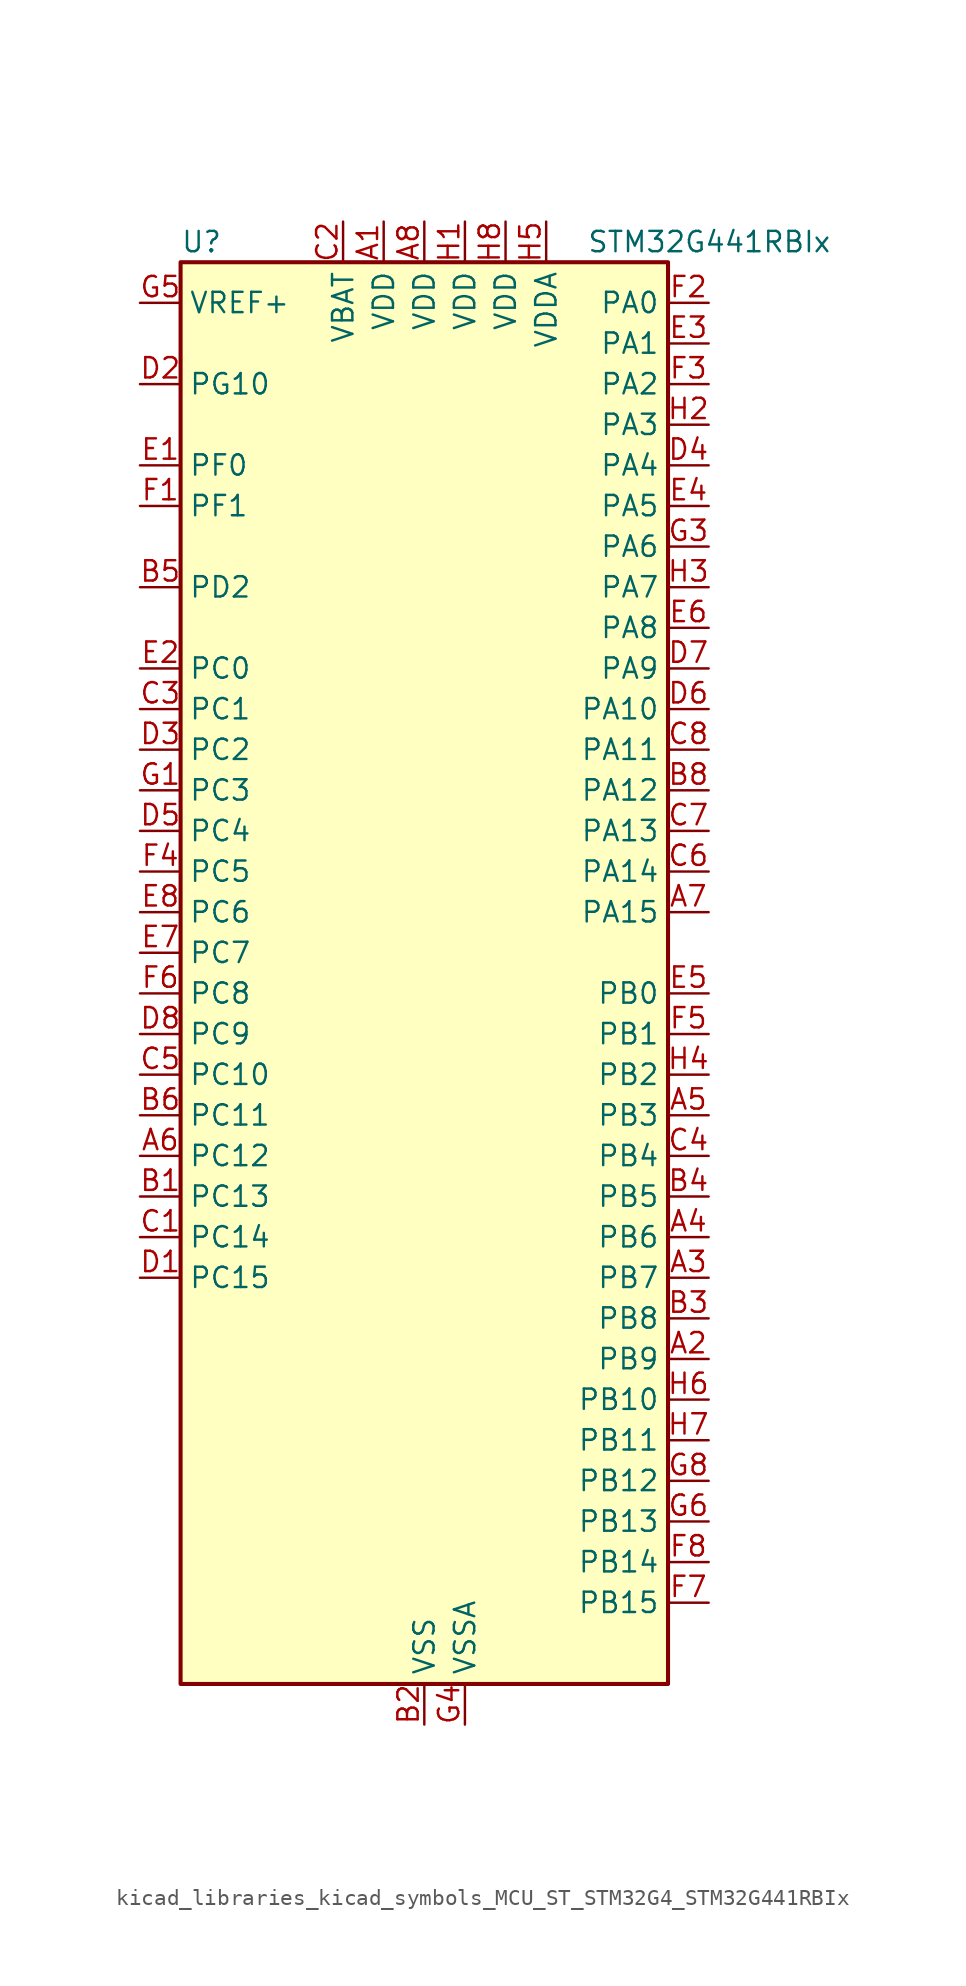
<source format=kicad_sym>
(kicad_symbol_lib
  (version 20220914)
  (generator kicad_symbol_editor)
  (symbol "kicad_libraries_kicad_symbols_MCU_ST_STM32G4_STM32G441RBIx"
    (property "Reference" "U"
      (at -15.24 46.99 0)
      (effects (font (size 1.27 1.27)) (justify left)))
    (property "Value" "STM32G441RBIx"
      (at 10.16 46.99 0)
      (effects (font (size 1.27 1.27)) (justify left)))
    (property "ki_locked" ""
      (at 0 0 0)
      (effects (font (size 1.27 1.27))))
    (symbol "kicad_libraries_kicad_symbols_MCU_ST_STM32G4_STM32G441RBIx_0_1"
      (rectangle (start -15.24 -43.18) (end 15.24 45.72) (stroke (width 0.254) (type default)) (fill (type background))))
    (symbol "kicad_libraries_kicad_symbols_MCU_ST_STM32G4_STM32G441RBIx_1_1"
      (pin power_in line (at -2.54 48.26 270) (length 2.54) (name "VDD" (effects (font (size 1.27 1.27)))) (number "A1" (effects (font (size 1.27 1.27)))))
      (pin bidirectional line (at 17.78 -22.86 180) (length 2.54) (name "PB9" (effects (font (size 1.27 1.27)))) (number "A2" (effects (font (size 1.27 1.27)))) (alternate "COMP2_OUT" bidirectional line) (alternate "DAC1_EXTI9" bidirectional line) (alternate "DAC3_EXTI9" bidirectional line) (alternate "FDCAN1_TX" bidirectional line) (alternate "I2C1_SDA" bidirectional line) (alternate "IR_OUT" bidirectional line) (alternate "SAI1_D2" bidirectional line) (alternate "SAI1_FS_A" bidirectional line) (alternate "TIM17_CH1" bidirectional line) (alternate "TIM1_CH3N" bidirectional line) (alternate "TIM4_CH4" bidirectional line) (alternate "TIM8_CH3" bidirectional line) (alternate "USART3_TX" bidirectional line))
      (pin bidirectional line (at 17.78 -17.78 180) (length 2.54) (name "PB7" (effects (font (size 1.27 1.27)))) (number "A3" (effects (font (size 1.27 1.27)))) (alternate "COMP3_OUT" bidirectional line) (alternate "I2C1_SDA" bidirectional line) (alternate "LPTIM1_IN2" bidirectional line) (alternate "SYS_PVD_IN" bidirectional line) (alternate "TIM17_CH1N" bidirectional line) (alternate "TIM3_CH4" bidirectional line) (alternate "TIM4_CH2" bidirectional line) (alternate "TIM8_BKIN" bidirectional line) (alternate "UART4_CTS" bidirectional line) (alternate "USART1_RX" bidirectional line))
      (pin bidirectional line (at 17.78 -15.24 180) (length 2.54) (name "PB6" (effects (font (size 1.27 1.27)))) (number "A4" (effects (font (size 1.27 1.27)))) (alternate "COMP4_OUT" bidirectional line) (alternate "LPTIM1_ETR" bidirectional line) (alternate "SAI1_FS_B" bidirectional line) (alternate "TIM16_CH1N" bidirectional line) (alternate "TIM4_CH1" bidirectional line) (alternate "TIM8_BKIN2" bidirectional line) (alternate "TIM8_CH1" bidirectional line) (alternate "TIM8_ETR" bidirectional line) (alternate "UCPD1_CC1" bidirectional line) (alternate "USART1_TX" bidirectional line))
      (pin bidirectional line (at 17.78 -7.62 180) (length 2.54) (name "PB3" (effects (font (size 1.27 1.27)))) (number "A5" (effects (font (size 1.27 1.27)))) (alternate "CRS_SYNC" bidirectional line) (alternate "I2S3_CK" bidirectional line) (alternate "SAI1_SCK_B" bidirectional line) (alternate "SPI1_SCK" bidirectional line) (alternate "SPI3_SCK" bidirectional line) (alternate "SYS_JTDO-SWO" bidirectional line) (alternate "TIM2_CH2" bidirectional line) (alternate "TIM3_ETR" bidirectional line) (alternate "TIM4_ETR" bidirectional line) (alternate "TIM8_CH1N" bidirectional line) (alternate "USART2_TX" bidirectional line))
      (pin bidirectional line (at -17.78 -10.16 0) (length 2.54) (name "PC12" (effects (font (size 1.27 1.27)))) (number "A6" (effects (font (size 1.27 1.27)))) (alternate "I2S3_SD" bidirectional line) (alternate "SPI3_MOSI" bidirectional line) (alternate "TIM8_CH3N" bidirectional line) (alternate "UCPD1_FRSTX1" bidirectional line) (alternate "UCPD1_FRSTX2" bidirectional line) (alternate "USART3_CK" bidirectional line))
      (pin bidirectional line (at 17.78 5.08 180) (length 2.54) (name "PA15" (effects (font (size 1.27 1.27)))) (number "A7" (effects (font (size 1.27 1.27)))) (alternate "ADC1_EXTI15" bidirectional line) (alternate "ADC2_EXTI15" bidirectional line) (alternate "I2C1_SCL" bidirectional line) (alternate "I2S3_WS" bidirectional line) (alternate "SPI1_NSS" bidirectional line) (alternate "SPI3_NSS" bidirectional line) (alternate "SYS_JTDI" bidirectional line) (alternate "TIM1_BKIN" bidirectional line) (alternate "TIM2_CH1" bidirectional line) (alternate "TIM2_ETR" bidirectional line) (alternate "TIM8_CH1" bidirectional line) (alternate "UART4_DE" bidirectional line) (alternate "UART4_RTS" bidirectional line) (alternate "USART2_RX" bidirectional line))
      (pin power_in line (at 0 48.26 270) (length 2.54) (name "VDD" (effects (font (size 1.27 1.27)))) (number "A8" (effects (font (size 1.27 1.27)))))
      (pin bidirectional line (at -17.78 -12.7 0) (length 2.54) (name "PC13" (effects (font (size 1.27 1.27)))) (number "B1" (effects (font (size 1.27 1.27)))) (alternate "RTC_OUT1" bidirectional line) (alternate "RTC_TAMP1" bidirectional line) (alternate "RTC_TS" bidirectional line) (alternate "SYS_WKUP2" bidirectional line) (alternate "TIM1_BKIN" bidirectional line) (alternate "TIM1_CH1N" bidirectional line) (alternate "TIM8_CH4N" bidirectional line))
      (pin power_in line (at 0 -45.72 90) (length 2.54) (name "VSS" (effects (font (size 1.27 1.27)))) (number "B2" (effects (font (size 1.27 1.27)))))
      (pin bidirectional line (at 17.78 -20.32 180) (length 2.54) (name "PB8" (effects (font (size 1.27 1.27)))) (number "B3" (effects (font (size 1.27 1.27)))) (alternate "COMP1_OUT" bidirectional line) (alternate "FDCAN1_RX" bidirectional line) (alternate "I2C1_SCL" bidirectional line) (alternate "SAI1_CK1" bidirectional line) (alternate "SAI1_MCLK_A" bidirectional line) (alternate "TIM16_CH1" bidirectional line) (alternate "TIM1_BKIN" bidirectional line) (alternate "TIM4_CH3" bidirectional line) (alternate "TIM8_CH2" bidirectional line) (alternate "USART3_RX" bidirectional line))
      (pin bidirectional line (at 17.78 -12.7 180) (length 2.54) (name "PB5" (effects (font (size 1.27 1.27)))) (number "B4" (effects (font (size 1.27 1.27)))) (alternate "I2C1_SMBA" bidirectional line) (alternate "I2C3_SDA" bidirectional line) (alternate "I2S3_SD" bidirectional line) (alternate "LPTIM1_IN1" bidirectional line) (alternate "SAI1_SD_B" bidirectional line) (alternate "SPI1_MOSI" bidirectional line) (alternate "SPI3_MOSI" bidirectional line) (alternate "TIM16_BKIN" bidirectional line) (alternate "TIM17_CH1" bidirectional line) (alternate "TIM3_CH2" bidirectional line) (alternate "TIM8_CH3N" bidirectional line) (alternate "USART2_CK" bidirectional line))
      (pin bidirectional line (at -17.78 25.4 0) (length 2.54) (name "PD2" (effects (font (size 1.27 1.27)))) (number "B5" (effects (font (size 1.27 1.27)))) (alternate "TIM3_ETR" bidirectional line) (alternate "TIM8_BKIN" bidirectional line))
      (pin bidirectional line (at -17.78 -7.62 0) (length 2.54) (name "PC11" (effects (font (size 1.27 1.27)))) (number "B6" (effects (font (size 1.27 1.27)))) (alternate "ADC1_EXTI11" bidirectional line) (alternate "ADC2_EXTI11" bidirectional line) (alternate "I2C3_SDA" bidirectional line) (alternate "SPI3_MISO" bidirectional line) (alternate "TIM8_CH2N" bidirectional line) (alternate "UART4_RX" bidirectional line) (alternate "USART3_RX" bidirectional line))
      (pin passive line (at 0 -45.72 90) (length 2.54) hide (name "VSS" (effects (font (size 1.27 1.27)))) (number "B7" (effects (font (size 1.27 1.27)))))
      (pin bidirectional line (at 17.78 12.7 180) (length 2.54) (name "PA12" (effects (font (size 1.27 1.27)))) (number "B8" (effects (font (size 1.27 1.27)))) (alternate "COMP2_OUT" bidirectional line) (alternate "FDCAN1_TX" bidirectional line) (alternate "I2S_CKIN" bidirectional line) (alternate "TIM16_CH1" bidirectional line) (alternate "TIM1_CH2N" bidirectional line) (alternate "TIM1_ETR" bidirectional line) (alternate "TIM4_CH2" bidirectional line) (alternate "USART1_DE" bidirectional line) (alternate "USART1_RTS" bidirectional line) (alternate "USB_DP" bidirectional line))
      (pin bidirectional line (at -17.78 -15.24 0) (length 2.54) (name "PC14" (effects (font (size 1.27 1.27)))) (number "C1" (effects (font (size 1.27 1.27)))) (alternate "RCC_OSC32_IN" bidirectional line))
      (pin power_in line (at -5.08 48.26 270) (length 2.54) (name "VBAT" (effects (font (size 1.27 1.27)))) (number "C2" (effects (font (size 1.27 1.27)))))
      (pin bidirectional line (at -17.78 17.78 0) (length 2.54) (name "PC1" (effects (font (size 1.27 1.27)))) (number "C3" (effects (font (size 1.27 1.27)))) (alternate "ADC1_IN7" bidirectional line) (alternate "ADC2_IN7" bidirectional line) (alternate "COMP3_INP" bidirectional line) (alternate "LPTIM1_OUT" bidirectional line) (alternate "LPUART1_TX" bidirectional line) (alternate "SAI1_SD_A" bidirectional line) (alternate "TIM1_CH2" bidirectional line))
      (pin bidirectional line (at 17.78 -10.16 180) (length 2.54) (name "PB4" (effects (font (size 1.27 1.27)))) (number "C4" (effects (font (size 1.27 1.27)))) (alternate "SAI1_MCLK_B" bidirectional line) (alternate "SPI1_MISO" bidirectional line) (alternate "SPI3_MISO" bidirectional line) (alternate "SYS_JTRST" bidirectional line) (alternate "TIM16_CH1" bidirectional line) (alternate "TIM17_BKIN" bidirectional line) (alternate "TIM3_CH1" bidirectional line) (alternate "TIM8_CH2N" bidirectional line) (alternate "UCPD1_CC2" bidirectional line) (alternate "USART2_RX" bidirectional line))
      (pin bidirectional line (at -17.78 -5.08 0) (length 2.54) (name "PC10" (effects (font (size 1.27 1.27)))) (number "C5" (effects (font (size 1.27 1.27)))) (alternate "DAC1_EXTI10" bidirectional line) (alternate "DAC3_EXTI10" bidirectional line) (alternate "I2S3_CK" bidirectional line) (alternate "SPI3_SCK" bidirectional line) (alternate "TIM8_CH1N" bidirectional line) (alternate "UART4_TX" bidirectional line) (alternate "USART3_TX" bidirectional line))
      (pin bidirectional line (at 17.78 7.62 180) (length 2.54) (name "PA14" (effects (font (size 1.27 1.27)))) (number "C6" (effects (font (size 1.27 1.27)))) (alternate "I2C1_SDA" bidirectional line) (alternate "LPTIM1_OUT" bidirectional line) (alternate "SAI1_FS_B" bidirectional line) (alternate "SYS_JTCK-SWCLK" bidirectional line) (alternate "TIM1_BKIN" bidirectional line) (alternate "TIM8_CH2" bidirectional line) (alternate "USART2_TX" bidirectional line))
      (pin bidirectional line (at 17.78 10.16 180) (length 2.54) (name "PA13" (effects (font (size 1.27 1.27)))) (number "C7" (effects (font (size 1.27 1.27)))) (alternate "I2C1_SCL" bidirectional line) (alternate "IR_OUT" bidirectional line) (alternate "SAI1_SD_B" bidirectional line) (alternate "SYS_JTMS-SWDIO" bidirectional line) (alternate "TIM16_CH1N" bidirectional line) (alternate "TIM4_CH3" bidirectional line) (alternate "USART3_CTS" bidirectional line) (alternate "USART3_NSS" bidirectional line))
      (pin bidirectional line (at 17.78 15.24 180) (length 2.54) (name "PA11" (effects (font (size 1.27 1.27)))) (number "C8" (effects (font (size 1.27 1.27)))) (alternate "ADC1_EXTI11" bidirectional line) (alternate "ADC2_EXTI11" bidirectional line) (alternate "COMP1_OUT" bidirectional line) (alternate "FDCAN1_RX" bidirectional line) (alternate "I2S2_SD" bidirectional line) (alternate "SPI2_MOSI" bidirectional line) (alternate "TIM1_BKIN2" bidirectional line) (alternate "TIM1_CH1N" bidirectional line) (alternate "TIM1_CH4" bidirectional line) (alternate "TIM4_CH1" bidirectional line) (alternate "USART1_CTS" bidirectional line) (alternate "USART1_NSS" bidirectional line) (alternate "USB_DM" bidirectional line))
      (pin bidirectional line (at -17.78 -17.78 0) (length 2.54) (name "PC15" (effects (font (size 1.27 1.27)))) (number "D1" (effects (font (size 1.27 1.27)))) (alternate "ADC1_EXTI15" bidirectional line) (alternate "ADC2_EXTI15" bidirectional line) (alternate "RCC_OSC32_OUT" bidirectional line))
      (pin bidirectional line (at -17.78 38.1 0) (length 2.54) (name "PG10" (effects (font (size 1.27 1.27)))) (number "D2" (effects (font (size 1.27 1.27)))) (alternate "DAC1_EXTI10" bidirectional line) (alternate "DAC3_EXTI10" bidirectional line) (alternate "RCC_MCO" bidirectional line))
      (pin bidirectional line (at -17.78 15.24 0) (length 2.54) (name "PC2" (effects (font (size 1.27 1.27)))) (number "D3" (effects (font (size 1.27 1.27)))) (alternate "ADC1_IN8" bidirectional line) (alternate "ADC2_IN8" bidirectional line) (alternate "COMP3_OUT" bidirectional line) (alternate "LPTIM1_IN2" bidirectional line) (alternate "TIM1_CH3" bidirectional line))
      (pin bidirectional line (at 17.78 33.02 180) (length 2.54) (name "PA4" (effects (font (size 1.27 1.27)))) (number "D4" (effects (font (size 1.27 1.27)))) (alternate "ADC2_IN17" bidirectional line) (alternate "COMP1_INM" bidirectional line) (alternate "DAC1_OUT1" bidirectional line) (alternate "I2S3_WS" bidirectional line) (alternate "SAI1_FS_B" bidirectional line) (alternate "SPI1_NSS" bidirectional line) (alternate "SPI3_NSS" bidirectional line) (alternate "TIM3_CH2" bidirectional line) (alternate "USART2_CK" bidirectional line))
      (pin bidirectional line (at -17.78 10.16 0) (length 2.54) (name "PC4" (effects (font (size 1.27 1.27)))) (number "D5" (effects (font (size 1.27 1.27)))) (alternate "ADC2_IN5" bidirectional line) (alternate "I2C2_SCL" bidirectional line) (alternate "TIM1_ETR" bidirectional line) (alternate "USART1_TX" bidirectional line))
      (pin bidirectional line (at 17.78 17.78 180) (length 2.54) (name "PA10" (effects (font (size 1.27 1.27)))) (number "D6" (effects (font (size 1.27 1.27)))) (alternate "CRS_SYNC" bidirectional line) (alternate "DAC1_EXTI10" bidirectional line) (alternate "DAC3_EXTI10" bidirectional line) (alternate "I2C2_SMBA" bidirectional line) (alternate "SAI1_D1" bidirectional line) (alternate "SAI1_SD_A" bidirectional line) (alternate "SPI2_MISO" bidirectional line) (alternate "TIM17_BKIN" bidirectional line) (alternate "TIM1_CH3" bidirectional line) (alternate "TIM2_CH4" bidirectional line) (alternate "TIM8_BKIN" bidirectional line) (alternate "UCPD1_DBCC2" bidirectional line) (alternate "USART1_RX" bidirectional line))
      (pin bidirectional line (at 17.78 20.32 180) (length 2.54) (name "PA9" (effects (font (size 1.27 1.27)))) (number "D7" (effects (font (size 1.27 1.27)))) (alternate "DAC1_EXTI9" bidirectional line) (alternate "DAC3_EXTI9" bidirectional line) (alternate "I2C2_SCL" bidirectional line) (alternate "I2C3_SMBA" bidirectional line) (alternate "I2S3_MCK" bidirectional line) (alternate "SAI1_FS_A" bidirectional line) (alternate "TIM15_BKIN" bidirectional line) (alternate "TIM1_CH2" bidirectional line) (alternate "TIM2_CH3" bidirectional line) (alternate "UCPD1_DBCC1" bidirectional line) (alternate "USART1_TX" bidirectional line))
      (pin bidirectional line (at -17.78 -2.54 0) (length 2.54) (name "PC9" (effects (font (size 1.27 1.27)))) (number "D8" (effects (font (size 1.27 1.27)))) (alternate "DAC1_EXTI9" bidirectional line) (alternate "DAC3_EXTI9" bidirectional line) (alternate "I2C3_SDA" bidirectional line) (alternate "I2S_CKIN" bidirectional line) (alternate "TIM3_CH4" bidirectional line) (alternate "TIM8_BKIN2" bidirectional line) (alternate "TIM8_CH4" bidirectional line))
      (pin bidirectional line (at -17.78 33.02 0) (length 2.54) (name "PF0" (effects (font (size 1.27 1.27)))) (number "E1" (effects (font (size 1.27 1.27)))) (alternate "ADC1_IN10" bidirectional line) (alternate "I2C2_SDA" bidirectional line) (alternate "I2S2_WS" bidirectional line) (alternate "RCC_OSC_IN" bidirectional line) (alternate "SPI2_NSS" bidirectional line) (alternate "TIM1_CH3N" bidirectional line))
      (pin bidirectional line (at -17.78 20.32 0) (length 2.54) (name "PC0" (effects (font (size 1.27 1.27)))) (number "E2" (effects (font (size 1.27 1.27)))) (alternate "ADC1_IN6" bidirectional line) (alternate "ADC2_IN6" bidirectional line) (alternate "COMP3_INM" bidirectional line) (alternate "LPTIM1_IN1" bidirectional line) (alternate "LPUART1_RX" bidirectional line) (alternate "TIM1_CH1" bidirectional line))
      (pin bidirectional line (at 17.78 40.64 180) (length 2.54) (name "PA1" (effects (font (size 1.27 1.27)))) (number "E3" (effects (font (size 1.27 1.27)))) (alternate "ADC1_IN2" bidirectional line) (alternate "ADC2_IN2" bidirectional line) (alternate "COMP1_INP" bidirectional line) (alternate "OPAMP1_VINP" bidirectional line) (alternate "OPAMP1_VINP_SEC" bidirectional line) (alternate "OPAMP3_VINP" bidirectional line) (alternate "OPAMP3_VINP_SEC" bidirectional line) (alternate "RTC_REFIN" bidirectional line) (alternate "TIM15_CH1N" bidirectional line) (alternate "TIM2_CH2" bidirectional line) (alternate "USART2_DE" bidirectional line) (alternate "USART2_RTS" bidirectional line))
      (pin bidirectional line (at 17.78 30.48 180) (length 2.54) (name "PA5" (effects (font (size 1.27 1.27)))) (number "E4" (effects (font (size 1.27 1.27)))) (alternate "ADC2_IN13" bidirectional line) (alternate "COMP2_INM" bidirectional line) (alternate "DAC1_OUT2" bidirectional line) (alternate "OPAMP2_VINM" bidirectional line) (alternate "OPAMP2_VINM0" bidirectional line) (alternate "OPAMP2_VINM_SEC" bidirectional line) (alternate "SPI1_SCK" bidirectional line) (alternate "TIM2_CH1" bidirectional line) (alternate "TIM2_ETR" bidirectional line) (alternate "UCPD1_FRSTX1" bidirectional line) (alternate "UCPD1_FRSTX2" bidirectional line))
      (pin bidirectional line (at 17.78 0 180) (length 2.54) (name "PB0" (effects (font (size 1.27 1.27)))) (number "E5" (effects (font (size 1.27 1.27)))) (alternate "ADC1_IN15" bidirectional line) (alternate "COMP4_INP" bidirectional line) (alternate "OPAMP2_VINP" bidirectional line) (alternate "OPAMP2_VINP_SEC" bidirectional line) (alternate "OPAMP3_VINP" bidirectional line) (alternate "OPAMP3_VINP_SEC" bidirectional line) (alternate "TIM1_CH2N" bidirectional line) (alternate "TIM3_CH3" bidirectional line) (alternate "TIM8_CH2N" bidirectional line) (alternate "UCPD1_FRSTX1" bidirectional line) (alternate "UCPD1_FRSTX2" bidirectional line))
      (pin bidirectional line (at 17.78 22.86 180) (length 2.54) (name "PA8" (effects (font (size 1.27 1.27)))) (number "E6" (effects (font (size 1.27 1.27)))) (alternate "I2C2_SDA" bidirectional line) (alternate "I2C3_SCL" bidirectional line) (alternate "I2S2_MCK" bidirectional line) (alternate "RCC_MCO" bidirectional line) (alternate "SAI1_CK2" bidirectional line) (alternate "SAI1_SCK_A" bidirectional line) (alternate "TIM1_CH1" bidirectional line) (alternate "TIM4_ETR" bidirectional line) (alternate "USART1_CK" bidirectional line))
      (pin bidirectional line (at -17.78 2.54 0) (length 2.54) (name "PC7" (effects (font (size 1.27 1.27)))) (number "E7" (effects (font (size 1.27 1.27)))) (alternate "I2S3_MCK" bidirectional line) (alternate "TIM3_CH2" bidirectional line) (alternate "TIM8_CH2" bidirectional line))
      (pin bidirectional line (at -17.78 5.08 0) (length 2.54) (name "PC6" (effects (font (size 1.27 1.27)))) (number "E8" (effects (font (size 1.27 1.27)))) (alternate "I2S2_MCK" bidirectional line) (alternate "TIM3_CH1" bidirectional line) (alternate "TIM8_CH1" bidirectional line))
      (pin bidirectional line (at -17.78 30.48 0) (length 2.54) (name "PF1" (effects (font (size 1.27 1.27)))) (number "F1" (effects (font (size 1.27 1.27)))) (alternate "ADC2_IN10" bidirectional line) (alternate "COMP3_INM" bidirectional line) (alternate "I2S2_CK" bidirectional line) (alternate "RCC_OSC_OUT" bidirectional line) (alternate "SPI2_SCK" bidirectional line))
      (pin bidirectional line (at 17.78 43.18 180) (length 2.54) (name "PA0" (effects (font (size 1.27 1.27)))) (number "F2" (effects (font (size 1.27 1.27)))) (alternate "ADC1_IN1" bidirectional line) (alternate "ADC2_IN1" bidirectional line) (alternate "COMP1_INM" bidirectional line) (alternate "COMP1_OUT" bidirectional line) (alternate "COMP3_INP" bidirectional line) (alternate "RTC_TAMP2" bidirectional line) (alternate "SYS_WKUP1" bidirectional line) (alternate "TIM2_CH1" bidirectional line) (alternate "TIM2_ETR" bidirectional line) (alternate "TIM8_BKIN" bidirectional line) (alternate "TIM8_ETR" bidirectional line) (alternate "USART2_CTS" bidirectional line) (alternate "USART2_NSS" bidirectional line))
      (pin bidirectional line (at 17.78 38.1 180) (length 2.54) (name "PA2" (effects (font (size 1.27 1.27)))) (number "F3" (effects (font (size 1.27 1.27)))) (alternate "ADC1_IN3" bidirectional line) (alternate "COMP2_INM" bidirectional line) (alternate "COMP2_OUT" bidirectional line) (alternate "LPUART1_TX" bidirectional line) (alternate "OPAMP1_VOUT" bidirectional line) (alternate "RCC_LSCO" bidirectional line) (alternate "SYS_WKUP4" bidirectional line) (alternate "TIM15_CH1" bidirectional line) (alternate "TIM2_CH3" bidirectional line) (alternate "UCPD1_FRSTX1" bidirectional line) (alternate "UCPD1_FRSTX2" bidirectional line) (alternate "USART2_TX" bidirectional line))
      (pin bidirectional line (at -17.78 7.62 0) (length 2.54) (name "PC5" (effects (font (size 1.27 1.27)))) (number "F4" (effects (font (size 1.27 1.27)))) (alternate "ADC2_IN11" bidirectional line) (alternate "OPAMP1_VINM" bidirectional line) (alternate "OPAMP1_VINM1" bidirectional line) (alternate "OPAMP1_VINM_SEC" bidirectional line) (alternate "OPAMP2_VINM" bidirectional line) (alternate "OPAMP2_VINM1" bidirectional line) (alternate "OPAMP2_VINM_SEC" bidirectional line) (alternate "SAI1_D3" bidirectional line) (alternate "SYS_WKUP5" bidirectional line) (alternate "TIM15_BKIN" bidirectional line) (alternate "TIM1_CH4N" bidirectional line) (alternate "USART1_RX" bidirectional line))
      (pin bidirectional line (at 17.78 -2.54 180) (length 2.54) (name "PB1" (effects (font (size 1.27 1.27)))) (number "F5" (effects (font (size 1.27 1.27)))) (alternate "ADC1_IN12" bidirectional line) (alternate "COMP1_INP" bidirectional line) (alternate "COMP4_OUT" bidirectional line) (alternate "LPUART1_DE" bidirectional line) (alternate "LPUART1_RTS" bidirectional line) (alternate "OPAMP3_VOUT" bidirectional line) (alternate "TIM1_CH3N" bidirectional line) (alternate "TIM3_CH4" bidirectional line) (alternate "TIM8_CH3N" bidirectional line))
      (pin bidirectional line (at -17.78 0 0) (length 2.54) (name "PC8" (effects (font (size 1.27 1.27)))) (number "F6" (effects (font (size 1.27 1.27)))) (alternate "I2C3_SCL" bidirectional line) (alternate "TIM3_CH3" bidirectional line) (alternate "TIM8_CH3" bidirectional line))
      (pin bidirectional line (at 17.78 -38.1 180) (length 2.54) (name "PB15" (effects (font (size 1.27 1.27)))) (number "F7" (effects (font (size 1.27 1.27)))) (alternate "ADC1_EXTI15" bidirectional line) (alternate "ADC2_EXTI15" bidirectional line) (alternate "ADC2_IN15" bidirectional line) (alternate "COMP3_OUT" bidirectional line) (alternate "I2S2_SD" bidirectional line) (alternate "RTC_REFIN" bidirectional line) (alternate "SPI2_MOSI" bidirectional line) (alternate "TIM15_CH1N" bidirectional line) (alternate "TIM15_CH2" bidirectional line) (alternate "TIM1_CH3N" bidirectional line))
      (pin bidirectional line (at 17.78 -35.56 180) (length 2.54) (name "PB14" (effects (font (size 1.27 1.27)))) (number "F8" (effects (font (size 1.27 1.27)))) (alternate "ADC1_IN5" bidirectional line) (alternate "COMP4_OUT" bidirectional line) (alternate "OPAMP2_VINP" bidirectional line) (alternate "OPAMP2_VINP_SEC" bidirectional line) (alternate "SPI2_MISO" bidirectional line) (alternate "TIM15_CH1" bidirectional line) (alternate "TIM1_CH2N" bidirectional line) (alternate "USART3_DE" bidirectional line) (alternate "USART3_RTS" bidirectional line))
      (pin bidirectional line (at -17.78 12.7 0) (length 2.54) (name "PC3" (effects (font (size 1.27 1.27)))) (number "G1" (effects (font (size 1.27 1.27)))) (alternate "ADC1_IN9" bidirectional line) (alternate "ADC2_IN9" bidirectional line) (alternate "LPTIM1_ETR" bidirectional line) (alternate "SAI1_D1" bidirectional line) (alternate "SAI1_SD_A" bidirectional line) (alternate "TIM1_BKIN2" bidirectional line) (alternate "TIM1_CH4" bidirectional line))
      (pin passive line (at 0 -45.72 90) (length 2.54) hide (name "VSS" (effects (font (size 1.27 1.27)))) (number "G2" (effects (font (size 1.27 1.27)))))
      (pin bidirectional line (at 17.78 27.94 180) (length 2.54) (name "PA6" (effects (font (size 1.27 1.27)))) (number "G3" (effects (font (size 1.27 1.27)))) (alternate "ADC2_IN3" bidirectional line) (alternate "COMP1_OUT" bidirectional line) (alternate "LPUART1_CTS" bidirectional line) (alternate "OPAMP2_VOUT" bidirectional line) (alternate "SPI1_MISO" bidirectional line) (alternate "TIM16_CH1" bidirectional line) (alternate "TIM1_BKIN" bidirectional line) (alternate "TIM3_CH1" bidirectional line) (alternate "TIM8_BKIN" bidirectional line))
      (pin power_in line (at 2.54 -45.72 90) (length 2.54) (name "VSSA" (effects (font (size 1.27 1.27)))) (number "G4" (effects (font (size 1.27 1.27)))))
      (pin input line (at -17.78 43.18 0) (length 2.54) (name "VREF+" (effects (font (size 1.27 1.27)))) (number "G5" (effects (font (size 1.27 1.27)))) (alternate "VREFBUF_OUT" bidirectional line))
      (pin bidirectional line (at 17.78 -33.02 180) (length 2.54) (name "PB13" (effects (font (size 1.27 1.27)))) (number "G6" (effects (font (size 1.27 1.27)))) (alternate "I2S2_CK" bidirectional line) (alternate "LPUART1_CTS" bidirectional line) (alternate "OPAMP3_VINP" bidirectional line) (alternate "OPAMP3_VINP_SEC" bidirectional line) (alternate "SPI2_SCK" bidirectional line) (alternate "TIM1_CH1N" bidirectional line) (alternate "USART3_CTS" bidirectional line) (alternate "USART3_NSS" bidirectional line))
      (pin passive line (at 0 -45.72 90) (length 2.54) hide (name "VSS" (effects (font (size 1.27 1.27)))) (number "G7" (effects (font (size 1.27 1.27)))))
      (pin bidirectional line (at 17.78 -30.48 180) (length 2.54) (name "PB12" (effects (font (size 1.27 1.27)))) (number "G8" (effects (font (size 1.27 1.27)))) (alternate "ADC1_IN11" bidirectional line) (alternate "I2C2_SMBA" bidirectional line) (alternate "I2S2_WS" bidirectional line) (alternate "LPUART1_DE" bidirectional line) (alternate "LPUART1_RTS" bidirectional line) (alternate "SPI2_NSS" bidirectional line) (alternate "TIM1_BKIN" bidirectional line) (alternate "USART3_CK" bidirectional line))
      (pin power_in line (at 2.54 48.26 270) (length 2.54) (name "VDD" (effects (font (size 1.27 1.27)))) (number "H1" (effects (font (size 1.27 1.27)))))
      (pin bidirectional line (at 17.78 35.56 180) (length 2.54) (name "PA3" (effects (font (size 1.27 1.27)))) (number "H2" (effects (font (size 1.27 1.27)))) (alternate "ADC1_IN4" bidirectional line) (alternate "COMP2_INP" bidirectional line) (alternate "LPUART1_RX" bidirectional line) (alternate "OPAMP1_VINM" bidirectional line) (alternate "OPAMP1_VINM0" bidirectional line) (alternate "OPAMP1_VINM_SEC" bidirectional line) (alternate "OPAMP1_VINP" bidirectional line) (alternate "OPAMP1_VINP_SEC" bidirectional line) (alternate "SAI1_CK1" bidirectional line) (alternate "SAI1_MCLK_A" bidirectional line) (alternate "TIM15_CH2" bidirectional line) (alternate "TIM2_CH4" bidirectional line) (alternate "USART2_RX" bidirectional line))
      (pin bidirectional line (at 17.78 25.4 180) (length 2.54) (name "PA7" (effects (font (size 1.27 1.27)))) (number "H3" (effects (font (size 1.27 1.27)))) (alternate "ADC2_IN4" bidirectional line) (alternate "COMP2_INP" bidirectional line) (alternate "COMP2_OUT" bidirectional line) (alternate "OPAMP1_VINP" bidirectional line) (alternate "OPAMP1_VINP_SEC" bidirectional line) (alternate "OPAMP2_VINP" bidirectional line) (alternate "OPAMP2_VINP_SEC" bidirectional line) (alternate "SPI1_MOSI" bidirectional line) (alternate "TIM17_CH1" bidirectional line) (alternate "TIM1_CH1N" bidirectional line) (alternate "TIM3_CH2" bidirectional line) (alternate "TIM8_CH1N" bidirectional line) (alternate "UCPD1_FRSTX1" bidirectional line) (alternate "UCPD1_FRSTX2" bidirectional line))
      (pin bidirectional line (at 17.78 -5.08 180) (length 2.54) (name "PB2" (effects (font (size 1.27 1.27)))) (number "H4" (effects (font (size 1.27 1.27)))) (alternate "ADC2_IN12" bidirectional line) (alternate "COMP4_INM" bidirectional line) (alternate "I2C3_SMBA" bidirectional line) (alternate "LPTIM1_OUT" bidirectional line) (alternate "OPAMP3_VINM" bidirectional line) (alternate "OPAMP3_VINM0" bidirectional line) (alternate "OPAMP3_VINM_SEC" bidirectional line) (alternate "RTC_OUT2" bidirectional line))
      (pin power_in line (at 7.62 48.26 270) (length 2.54) (name "VDDA" (effects (font (size 1.27 1.27)))) (number "H5" (effects (font (size 1.27 1.27)))))
      (pin bidirectional line (at 17.78 -25.4 180) (length 2.54) (name "PB10" (effects (font (size 1.27 1.27)))) (number "H6" (effects (font (size 1.27 1.27)))) (alternate "DAC1_EXTI10" bidirectional line) (alternate "DAC3_EXTI10" bidirectional line) (alternate "LPUART1_RX" bidirectional line) (alternate "OPAMP3_VINM" bidirectional line) (alternate "OPAMP3_VINM1" bidirectional line) (alternate "OPAMP3_VINM_SEC" bidirectional line) (alternate "SAI1_SCK_A" bidirectional line) (alternate "TIM1_BKIN" bidirectional line) (alternate "TIM2_CH3" bidirectional line) (alternate "USART3_TX" bidirectional line))
      (pin bidirectional line (at 17.78 -27.94 180) (length 2.54) (name "PB11" (effects (font (size 1.27 1.27)))) (number "H7" (effects (font (size 1.27 1.27)))) (alternate "ADC1_EXTI11" bidirectional line) (alternate "ADC1_IN14" bidirectional line) (alternate "ADC2_EXTI11" bidirectional line) (alternate "ADC2_IN14" bidirectional line) (alternate "LPUART1_TX" bidirectional line) (alternate "TIM2_CH4" bidirectional line) (alternate "USART3_RX" bidirectional line))
      (pin power_in line (at 5.08 48.26 270) (length 2.54) (name "VDD" (effects (font (size 1.27 1.27)))) (number "H8" (effects (font (size 1.27 1.27))))))))
</source>
